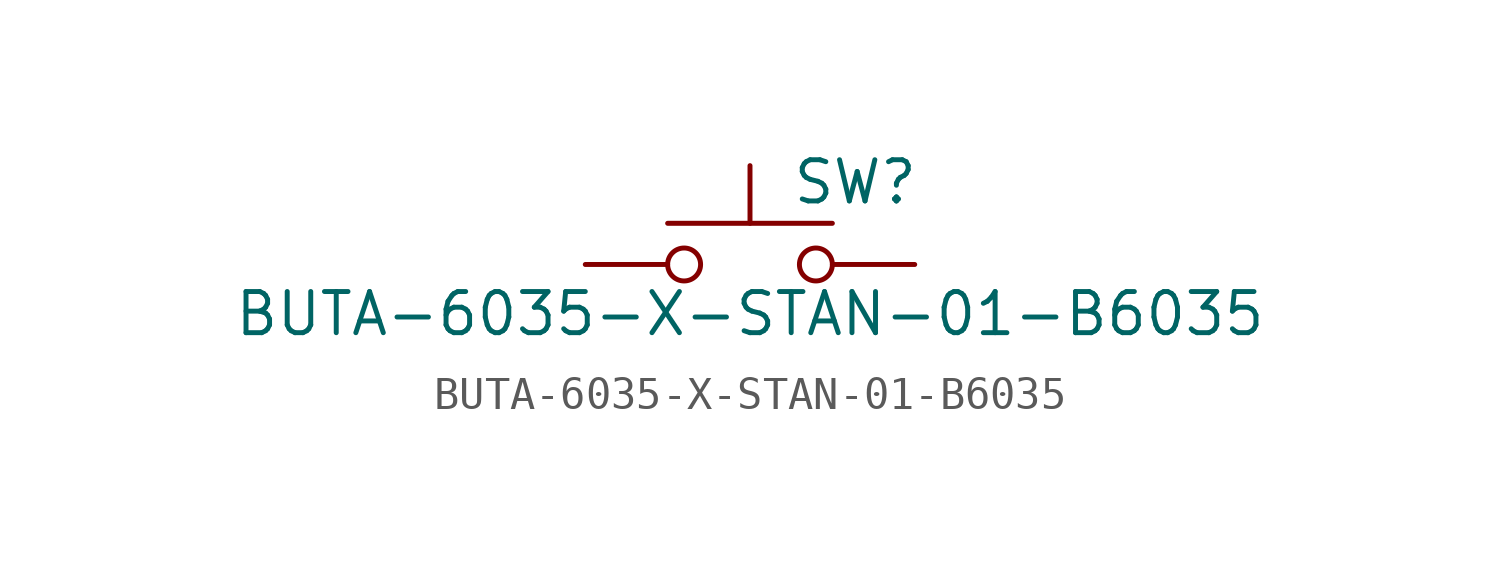
<source format=kicad_sym>
(kicad_symbol_lib
  (version 20211014)
  (generator kicad_symbol_editor)
  (symbol "BUTA-6035-X-STAN-01-B6035"
    (pin_numbers hide)
    (pin_names
      (offset 1.016) hide)
    (property "Reference" "SW"
      (at 1.27 2.54 0)
      (effects (font (size 1.27 1.27)) (justify left)))
    (property "Value" "BUTA-6035-X-STAN-01-B6035"
      (at 0 -1.524 0)
      (effects (font (size 1.27 1.27))))
    (symbol "BUTA-6035-X-STAN-01-B6035_0_1"
      (circle (center -2.032 0) (radius 0.508) (stroke (width 0) (type default) (color 0 0 0 0)) (fill (type none)))
      (polyline (pts (xy 0 1.27) (xy 0 3.048)) (stroke (width 0) (type default) (color 0 0 0 0)) (fill (type none)))
      (polyline (pts (xy 2.54 1.27) (xy -2.54 1.27)) (stroke (width 0) (type default) (color 0 0 0 0)) (fill (type none)))
      (circle (center 2.032 0) (radius 0.508) (stroke (width 0) (type default) (color 0 0 0 0)) (fill (type none)))
      (pin passive line (at -5.08 0 0) (length 2.54) (name "1" (effects (font (size 1.27 1.27)))) (number "1" (effects (font (size 1.27 1.27)))))
      (pin passive line (at 5.08 0 180) (length 2.54) (name "2" (effects (font (size 1.27 1.27)))) (number "2" (effects (font (size 1.27 1.27))))))))
</source>
